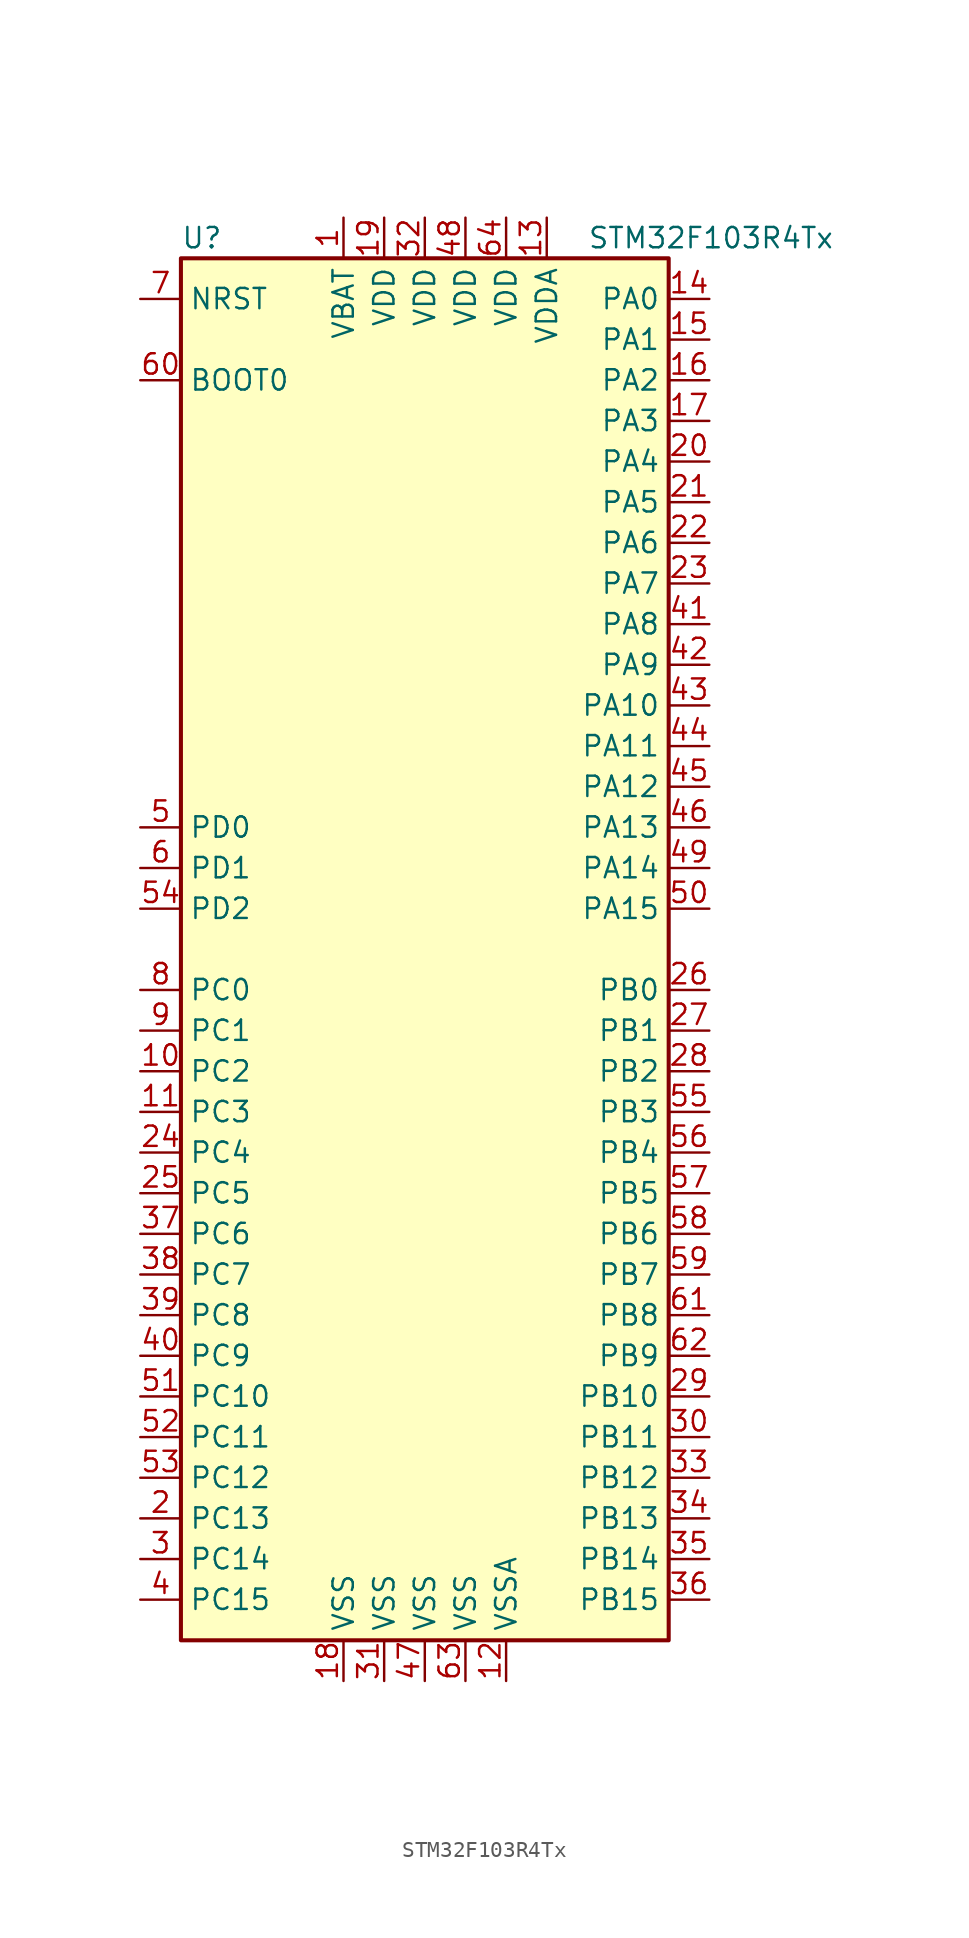
<source format=kicad_sym>
(kicad_symbol_lib
  (version 20201005)
  (generator kicad_symbol_editor)
  (symbol "STM32F103R4Tx"
    (property "Reference" "U"
      (at -15.24 44.45 0)
      (effects (font (size 1.27 1.27)) (justify left)))
    (property "Value" "STM32F103R4Tx"
      (at 10.16 44.45 0)
      (effects (font (size 1.27 1.27)) (justify left)))
    (symbol "STM32F103R4Tx_0_1"
      (rectangle (start -15.24 -43.18) (end 15.24 43.18) (stroke (width 0.254)) (fill (type background))))
    (symbol "STM32F103R4Tx_1_1"
      (pin power_in line (at -5.08 45.72 270) (length 2.54) (name "VBAT" (effects (font (size 1.27 1.27)))) (number "1" (effects (font (size 1.27 1.27)))))
      (pin bidirectional line (at -17.78 -7.62 0) (length 2.54) (name "PC2" (effects (font (size 1.27 1.27)))) (number "10" (effects (font (size 1.27 1.27)))))
      (pin bidirectional line (at -17.78 -10.16 0) (length 2.54) (name "PC3" (effects (font (size 1.27 1.27)))) (number "11" (effects (font (size 1.27 1.27)))))
      (pin power_in line (at 5.08 -45.72 90) (length 2.54) (name "VSSA" (effects (font (size 1.27 1.27)))) (number "12" (effects (font (size 1.27 1.27)))))
      (pin power_in line (at 7.62 45.72 270) (length 2.54) (name "VDDA" (effects (font (size 1.27 1.27)))) (number "13" (effects (font (size 1.27 1.27)))))
      (pin bidirectional line (at 17.78 40.64 180) (length 2.54) (name "PA0" (effects (font (size 1.27 1.27)))) (number "14" (effects (font (size 1.27 1.27)))))
      (pin bidirectional line (at 17.78 38.1 180) (length 2.54) (name "PA1" (effects (font (size 1.27 1.27)))) (number "15" (effects (font (size 1.27 1.27)))))
      (pin bidirectional line (at 17.78 35.56 180) (length 2.54) (name "PA2" (effects (font (size 1.27 1.27)))) (number "16" (effects (font (size 1.27 1.27)))))
      (pin bidirectional line (at 17.78 33.02 180) (length 2.54) (name "PA3" (effects (font (size 1.27 1.27)))) (number "17" (effects (font (size 1.27 1.27)))))
      (pin power_in line (at -5.08 -45.72 90) (length 2.54) (name "VSS" (effects (font (size 1.27 1.27)))) (number "18" (effects (font (size 1.27 1.27)))))
      (pin power_in line (at -2.54 45.72 270) (length 2.54) (name "VDD" (effects (font (size 1.27 1.27)))) (number "19" (effects (font (size 1.27 1.27)))))
      (pin bidirectional line (at -17.78 -35.56 0) (length 2.54) (name "PC13" (effects (font (size 1.27 1.27)))) (number "2" (effects (font (size 1.27 1.27)))))
      (pin bidirectional line (at 17.78 30.48 180) (length 2.54) (name "PA4" (effects (font (size 1.27 1.27)))) (number "20" (effects (font (size 1.27 1.27)))))
      (pin bidirectional line (at 17.78 27.94 180) (length 2.54) (name "PA5" (effects (font (size 1.27 1.27)))) (number "21" (effects (font (size 1.27 1.27)))))
      (pin bidirectional line (at 17.78 25.4 180) (length 2.54) (name "PA6" (effects (font (size 1.27 1.27)))) (number "22" (effects (font (size 1.27 1.27)))))
      (pin bidirectional line (at 17.78 22.86 180) (length 2.54) (name "PA7" (effects (font (size 1.27 1.27)))) (number "23" (effects (font (size 1.27 1.27)))))
      (pin bidirectional line (at -17.78 -12.7 0) (length 2.54) (name "PC4" (effects (font (size 1.27 1.27)))) (number "24" (effects (font (size 1.27 1.27)))))
      (pin bidirectional line (at -17.78 -15.24 0) (length 2.54) (name "PC5" (effects (font (size 1.27 1.27)))) (number "25" (effects (font (size 1.27 1.27)))))
      (pin bidirectional line (at 17.78 -2.54 180) (length 2.54) (name "PB0" (effects (font (size 1.27 1.27)))) (number "26" (effects (font (size 1.27 1.27)))))
      (pin bidirectional line (at 17.78 -5.08 180) (length 2.54) (name "PB1" (effects (font (size 1.27 1.27)))) (number "27" (effects (font (size 1.27 1.27)))))
      (pin bidirectional line (at 17.78 -7.62 180) (length 2.54) (name "PB2" (effects (font (size 1.27 1.27)))) (number "28" (effects (font (size 1.27 1.27)))))
      (pin bidirectional line (at 17.78 -27.94 180) (length 2.54) (name "PB10" (effects (font (size 1.27 1.27)))) (number "29" (effects (font (size 1.27 1.27)))))
      (pin bidirectional line (at -17.78 -38.1 0) (length 2.54) (name "PC14" (effects (font (size 1.27 1.27)))) (number "3" (effects (font (size 1.27 1.27)))))
      (pin bidirectional line (at 17.78 -30.48 180) (length 2.54) (name "PB11" (effects (font (size 1.27 1.27)))) (number "30" (effects (font (size 1.27 1.27)))))
      (pin power_in line (at -2.54 -45.72 90) (length 2.54) (name "VSS" (effects (font (size 1.27 1.27)))) (number "31" (effects (font (size 1.27 1.27)))))
      (pin power_in line (at 0 45.72 270) (length 2.54) (name "VDD" (effects (font (size 1.27 1.27)))) (number "32" (effects (font (size 1.27 1.27)))))
      (pin bidirectional line (at 17.78 -33.02 180) (length 2.54) (name "PB12" (effects (font (size 1.27 1.27)))) (number "33" (effects (font (size 1.27 1.27)))))
      (pin bidirectional line (at 17.78 -35.56 180) (length 2.54) (name "PB13" (effects (font (size 1.27 1.27)))) (number "34" (effects (font (size 1.27 1.27)))))
      (pin bidirectional line (at 17.78 -38.1 180) (length 2.54) (name "PB14" (effects (font (size 1.27 1.27)))) (number "35" (effects (font (size 1.27 1.27)))))
      (pin bidirectional line (at 17.78 -40.64 180) (length 2.54) (name "PB15" (effects (font (size 1.27 1.27)))) (number "36" (effects (font (size 1.27 1.27)))))
      (pin bidirectional line (at -17.78 -17.78 0) (length 2.54) (name "PC6" (effects (font (size 1.27 1.27)))) (number "37" (effects (font (size 1.27 1.27)))))
      (pin bidirectional line (at -17.78 -20.32 0) (length 2.54) (name "PC7" (effects (font (size 1.27 1.27)))) (number "38" (effects (font (size 1.27 1.27)))))
      (pin bidirectional line (at -17.78 -22.86 0) (length 2.54) (name "PC8" (effects (font (size 1.27 1.27)))) (number "39" (effects (font (size 1.27 1.27)))))
      (pin bidirectional line (at -17.78 -40.64 0) (length 2.54) (name "PC15" (effects (font (size 1.27 1.27)))) (number "4" (effects (font (size 1.27 1.27)))))
      (pin bidirectional line (at -17.78 -25.4 0) (length 2.54) (name "PC9" (effects (font (size 1.27 1.27)))) (number "40" (effects (font (size 1.27 1.27)))))
      (pin bidirectional line (at 17.78 20.32 180) (length 2.54) (name "PA8" (effects (font (size 1.27 1.27)))) (number "41" (effects (font (size 1.27 1.27)))))
      (pin bidirectional line (at 17.78 17.78 180) (length 2.54) (name "PA9" (effects (font (size 1.27 1.27)))) (number "42" (effects (font (size 1.27 1.27)))))
      (pin bidirectional line (at 17.78 15.24 180) (length 2.54) (name "PA10" (effects (font (size 1.27 1.27)))) (number "43" (effects (font (size 1.27 1.27)))))
      (pin bidirectional line (at 17.78 12.7 180) (length 2.54) (name "PA11" (effects (font (size 1.27 1.27)))) (number "44" (effects (font (size 1.27 1.27)))))
      (pin bidirectional line (at 17.78 10.16 180) (length 2.54) (name "PA12" (effects (font (size 1.27 1.27)))) (number "45" (effects (font (size 1.27 1.27)))))
      (pin bidirectional line (at 17.78 7.62 180) (length 2.54) (name "PA13" (effects (font (size 1.27 1.27)))) (number "46" (effects (font (size 1.27 1.27)))))
      (pin power_in line (at 0 -45.72 90) (length 2.54) (name "VSS" (effects (font (size 1.27 1.27)))) (number "47" (effects (font (size 1.27 1.27)))))
      (pin power_in line (at 2.54 45.72 270) (length 2.54) (name "VDD" (effects (font (size 1.27 1.27)))) (number "48" (effects (font (size 1.27 1.27)))))
      (pin bidirectional line (at 17.78 5.08 180) (length 2.54) (name "PA14" (effects (font (size 1.27 1.27)))) (number "49" (effects (font (size 1.27 1.27)))))
      (pin input line (at -17.78 7.62 0) (length 2.54) (name "PD0" (effects (font (size 1.27 1.27)))) (number "5" (effects (font (size 1.27 1.27)))))
      (pin bidirectional line (at 17.78 2.54 180) (length 2.54) (name "PA15" (effects (font (size 1.27 1.27)))) (number "50" (effects (font (size 1.27 1.27)))))
      (pin bidirectional line (at -17.78 -27.94 0) (length 2.54) (name "PC10" (effects (font (size 1.27 1.27)))) (number "51" (effects (font (size 1.27 1.27)))))
      (pin bidirectional line (at -17.78 -30.48 0) (length 2.54) (name "PC11" (effects (font (size 1.27 1.27)))) (number "52" (effects (font (size 1.27 1.27)))))
      (pin bidirectional line (at -17.78 -33.02 0) (length 2.54) (name "PC12" (effects (font (size 1.27 1.27)))) (number "53" (effects (font (size 1.27 1.27)))))
      (pin bidirectional line (at -17.78 2.54 0) (length 2.54) (name "PD2" (effects (font (size 1.27 1.27)))) (number "54" (effects (font (size 1.27 1.27)))))
      (pin bidirectional line (at 17.78 -10.16 180) (length 2.54) (name "PB3" (effects (font (size 1.27 1.27)))) (number "55" (effects (font (size 1.27 1.27)))))
      (pin bidirectional line (at 17.78 -12.7 180) (length 2.54) (name "PB4" (effects (font (size 1.27 1.27)))) (number "56" (effects (font (size 1.27 1.27)))))
      (pin bidirectional line (at 17.78 -15.24 180) (length 2.54) (name "PB5" (effects (font (size 1.27 1.27)))) (number "57" (effects (font (size 1.27 1.27)))))
      (pin bidirectional line (at 17.78 -17.78 180) (length 2.54) (name "PB6" (effects (font (size 1.27 1.27)))) (number "58" (effects (font (size 1.27 1.27)))))
      (pin bidirectional line (at 17.78 -20.32 180) (length 2.54) (name "PB7" (effects (font (size 1.27 1.27)))) (number "59" (effects (font (size 1.27 1.27)))))
      (pin input line (at -17.78 5.08 0) (length 2.54) (name "PD1" (effects (font (size 1.27 1.27)))) (number "6" (effects (font (size 1.27 1.27)))))
      (pin input line (at -17.78 35.56 0) (length 2.54) (name "BOOT0" (effects (font (size 1.27 1.27)))) (number "60" (effects (font (size 1.27 1.27)))))
      (pin bidirectional line (at 17.78 -22.86 180) (length 2.54) (name "PB8" (effects (font (size 1.27 1.27)))) (number "61" (effects (font (size 1.27 1.27)))))
      (pin bidirectional line (at 17.78 -25.4 180) (length 2.54) (name "PB9" (effects (font (size 1.27 1.27)))) (number "62" (effects (font (size 1.27 1.27)))))
      (pin power_in line (at 2.54 -45.72 90) (length 2.54) (name "VSS" (effects (font (size 1.27 1.27)))) (number "63" (effects (font (size 1.27 1.27)))))
      (pin power_in line (at 5.08 45.72 270) (length 2.54) (name "VDD" (effects (font (size 1.27 1.27)))) (number "64" (effects (font (size 1.27 1.27)))))
      (pin input line (at -17.78 40.64 0) (length 2.54) (name "NRST" (effects (font (size 1.27 1.27)))) (number "7" (effects (font (size 1.27 1.27)))))
      (pin bidirectional line (at -17.78 -2.54 0) (length 2.54) (name "PC0" (effects (font (size 1.27 1.27)))) (number "8" (effects (font (size 1.27 1.27)))))
      (pin bidirectional line (at -17.78 -5.08 0) (length 2.54) (name "PC1" (effects (font (size 1.27 1.27)))) (number "9" (effects (font (size 1.27 1.27))))))))
</source>
